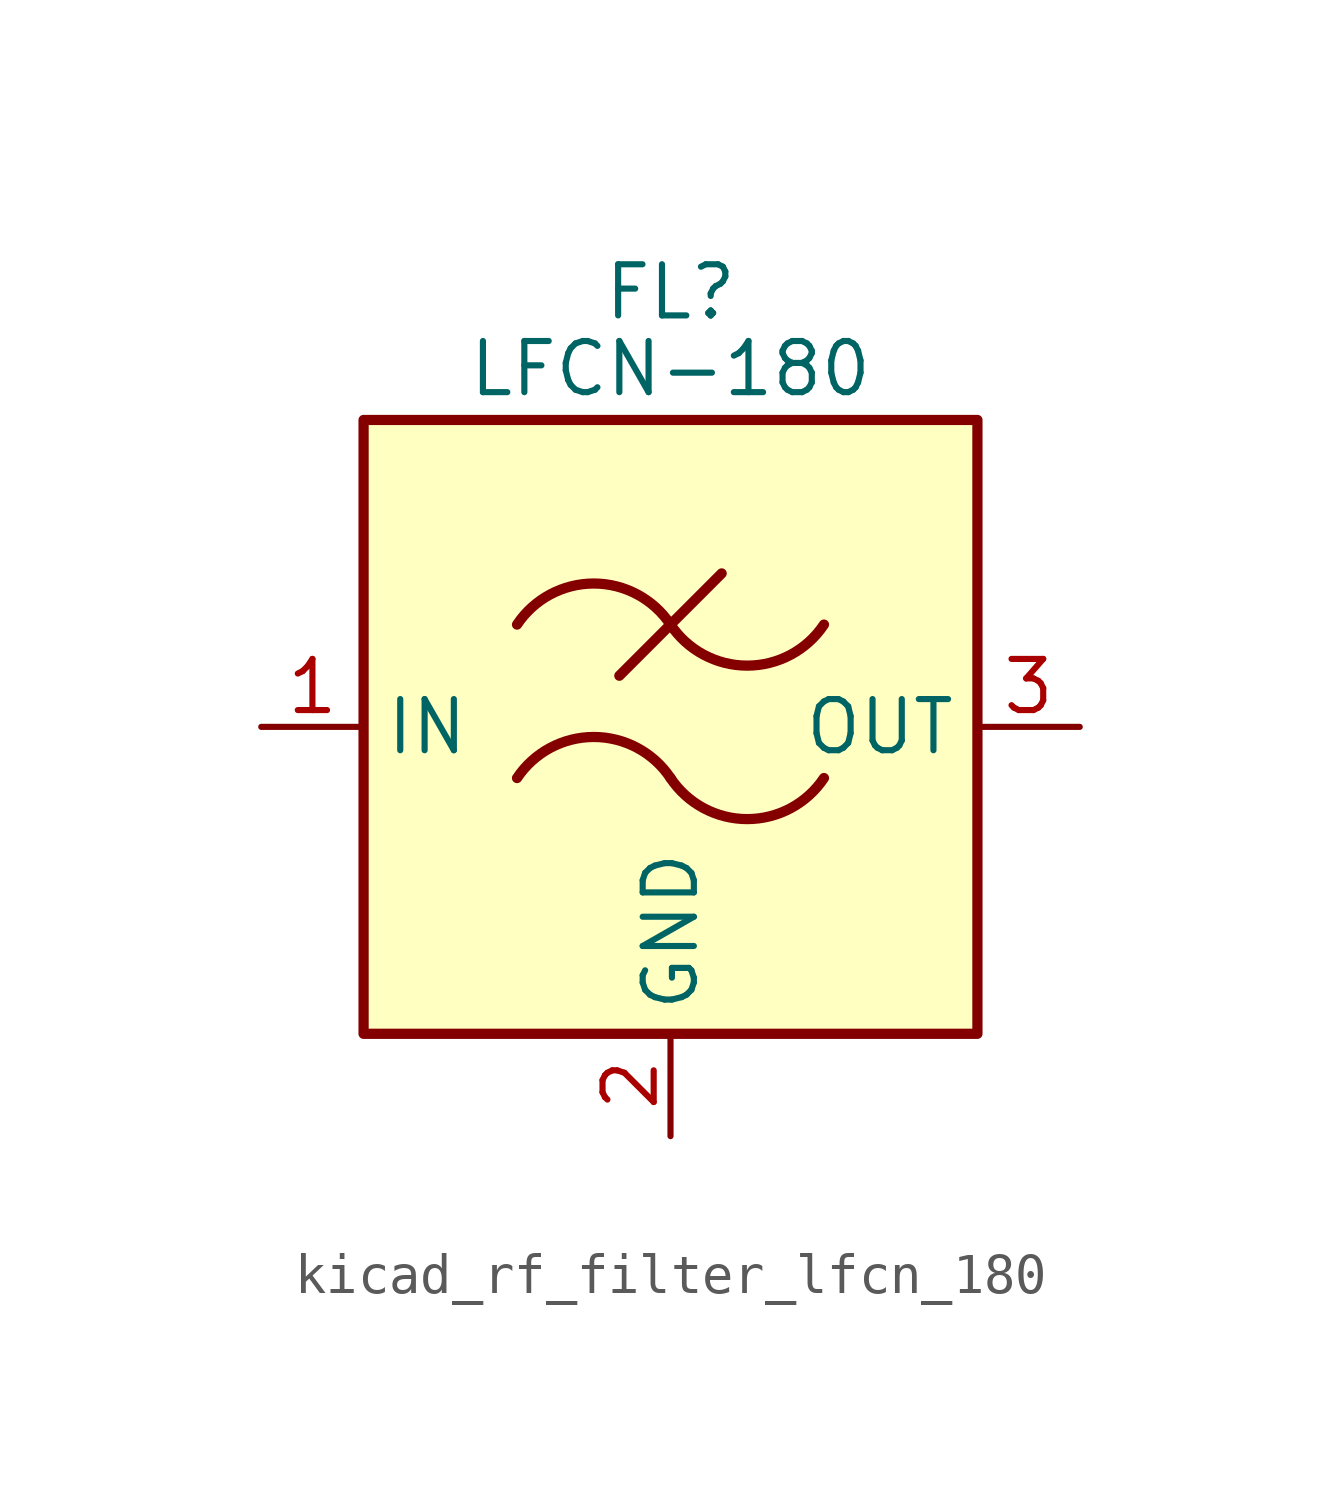
<source format=kicad_sym>
(kicad_symbol_lib
  (version 20220914)
  (generator kicad_symbol_editor)
  (symbol "kicad_rf_filter_lfcn_180"
    (property "Reference" "FL"
      (at 0 10.795 0)
      (effects (font (size 1.27 1.27))))
    (property "Value" "LFCN-180"
      (at 0 8.89 0)
      (effects (font (size 1.27 1.27))))
    (symbol "kicad_rf_filter_lfcn_180_0_1"
      (rectangle (start -7.62 7.62) (end 7.62 -7.62) (stroke (width 0.254) (type default)) (fill (type background)))
      (arc (start 0 -1.27) (mid -1.905 -0.2505) (end -3.81 -1.27) (stroke (width 0.254) (type default)) (fill (type none)))
      (arc (start 0 -1.27) (mid 1.905 -2.2895) (end 3.81 -1.27) (stroke (width 0.254) (type default)) (fill (type none)))
      (polyline (pts (xy -1.27 1.27) (xy 1.27 3.81)) (stroke (width 0.254) (type default)) (fill (type none)))
      (arc (start 0 2.54) (mid -1.905 3.5595) (end -3.81 2.54) (stroke (width 0.254) (type default)) (fill (type none)))
      (arc (start 0 2.54) (mid 1.905 1.5205) (end 3.81 2.54) (stroke (width 0.254) (type default)) (fill (type none))))
    (symbol "kicad_rf_filter_lfcn_180_1_1"
      (pin passive line (at -10.16 0 0) (length 2.54) (name "IN" (effects (font (size 1.27 1.27)))) (number "1" (effects (font (size 1.27 1.27)))))
      (pin passive line (at 0 -10.16 90) (length 2.54) (name "GND" (effects (font (size 1.27 1.27)))) (number "2" (effects (font (size 1.27 1.27)))))
      (pin passive line (at 10.16 0 180) (length 2.54) (name "OUT" (effects (font (size 1.27 1.27)))) (number "3" (effects (font (size 1.27 1.27)))))
      (pin passive line (at 0 -10.16 90) (length 2.54) hide (name "GND" (effects (font (size 1.27 1.27)))) (number "4" (effects (font (size 1.27 1.27))))))))
</source>
